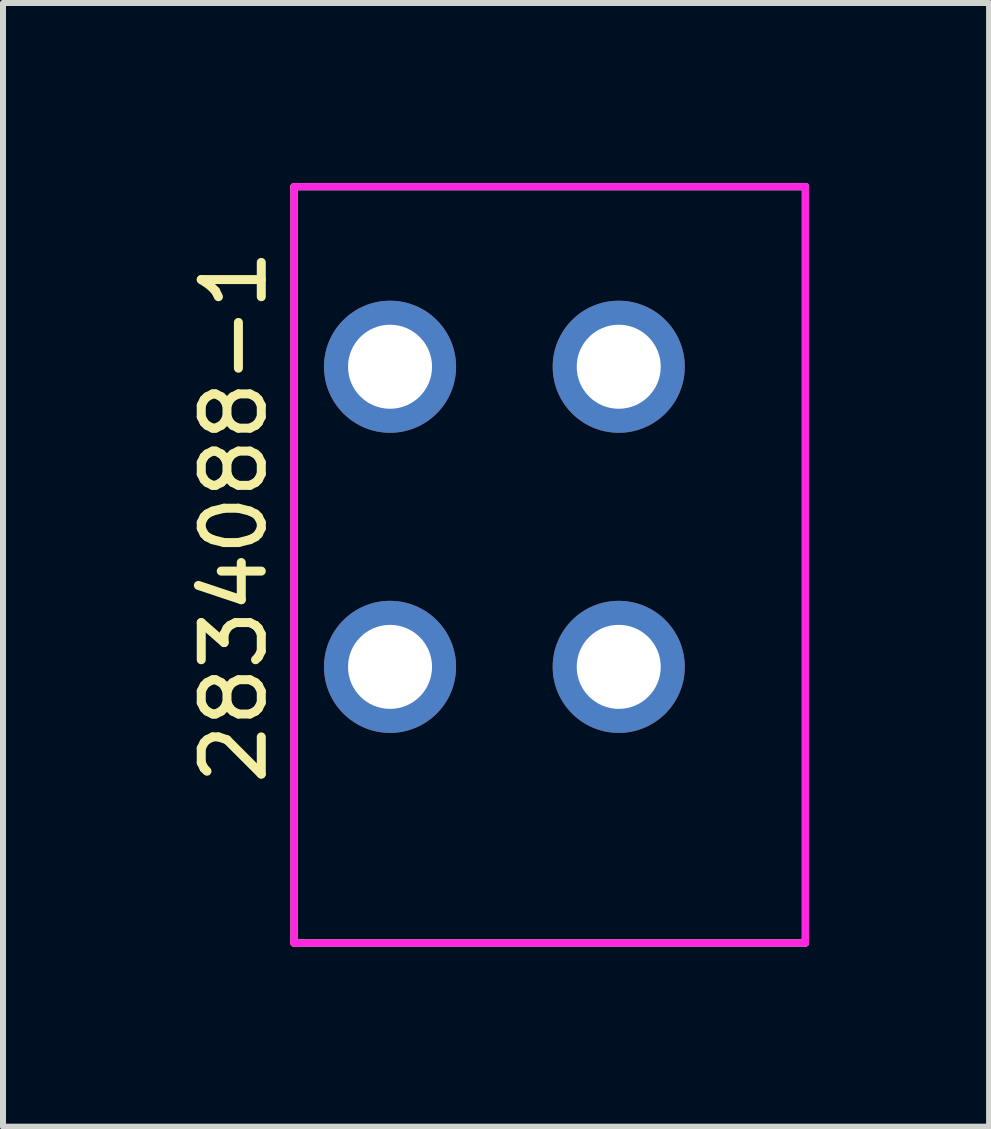
<source format=kicad_pcb>
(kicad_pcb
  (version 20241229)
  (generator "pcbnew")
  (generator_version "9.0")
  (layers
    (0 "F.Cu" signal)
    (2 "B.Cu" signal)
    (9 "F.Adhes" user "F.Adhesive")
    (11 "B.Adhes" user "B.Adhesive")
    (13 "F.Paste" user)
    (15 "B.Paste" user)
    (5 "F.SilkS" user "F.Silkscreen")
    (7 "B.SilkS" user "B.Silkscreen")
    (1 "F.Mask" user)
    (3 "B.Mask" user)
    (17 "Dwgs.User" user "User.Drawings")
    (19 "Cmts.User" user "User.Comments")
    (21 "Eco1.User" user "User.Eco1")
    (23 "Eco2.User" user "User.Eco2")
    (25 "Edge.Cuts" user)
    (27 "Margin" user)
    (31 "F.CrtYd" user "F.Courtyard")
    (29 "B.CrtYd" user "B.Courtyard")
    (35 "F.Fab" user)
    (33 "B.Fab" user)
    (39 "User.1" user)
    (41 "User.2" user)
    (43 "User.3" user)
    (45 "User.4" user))
  (footprint "2834088-1"
    (layer "F.Cu")
    (at 5.353 5.56)
    (property "Reference" "2834088-1" (at -4.505 0 90) (layer "F.SilkS") (effects (font (size 1 1) (thickness 0.15))))
    (attr through_hole)
    (fp_line (start -3.505 -5.5) (end -3.505 7.1) (stroke (width 0.12) (type solid)) (layer "F.SilkS"))
    (fp_line (start -3.505 -5.5) (end 5.015 -5.5) (stroke (width 0.12) (type solid)) (layer "F.SilkS"))
    (fp_line (start -3.505 7.1) (end 5.015 7.1) (stroke (width 0.12) (type solid)) (layer "F.SilkS"))
    (fp_line (start 5.015 7.1) (end 5.015 -5.5) (stroke (width 0.12) (type solid)) (layer "F.SilkS"))
    (fp_line (start -3.505 -5.5) (end -3.505 7.1) (stroke (width 0.12) (type solid)) (layer "F.CrtYd"))
    (fp_line (start -3.505 -5.5) (end 5.015 -5.5) (stroke (width 0.12) (type solid)) (layer "F.CrtYd"))
    (fp_line (start -3.505 7.1) (end 5.015 7.1) (stroke (width 0.12) (type solid)) (layer "F.CrtYd"))
    (fp_line (start 5.015 7.1) (end 5.015 -5.5) (stroke (width 0.12) (type solid)) (layer "F.CrtYd"))
    (pad "1" thru_hole circle (at -1.905 -2.5) (size 2.2 2.2) (drill 1.4) (layers "*.Cu" "*.Mask"))
    (pad "1" thru_hole circle (at -1.905 2.5) (size 2.2 2.2) (drill 1.4) (layers "*.Cu" "*.Mask"))
    (pad "2" thru_hole circle (at 1.905 -2.5) (size 2.2 2.2) (drill 1.4) (layers "*.Cu" "*.Mask"))
    (pad "2" thru_hole circle (at 1.905 2.5) (size 2.2 2.2) (drill 1.4) (layers "*.Cu" "*.Mask")))
  (gr_rect
    (start -3 -3)
    (end 13.428 15.72)
    (stroke (width 0.1) (type default))
    (fill no)
    (layer "Edge.Cuts")))
</source>
